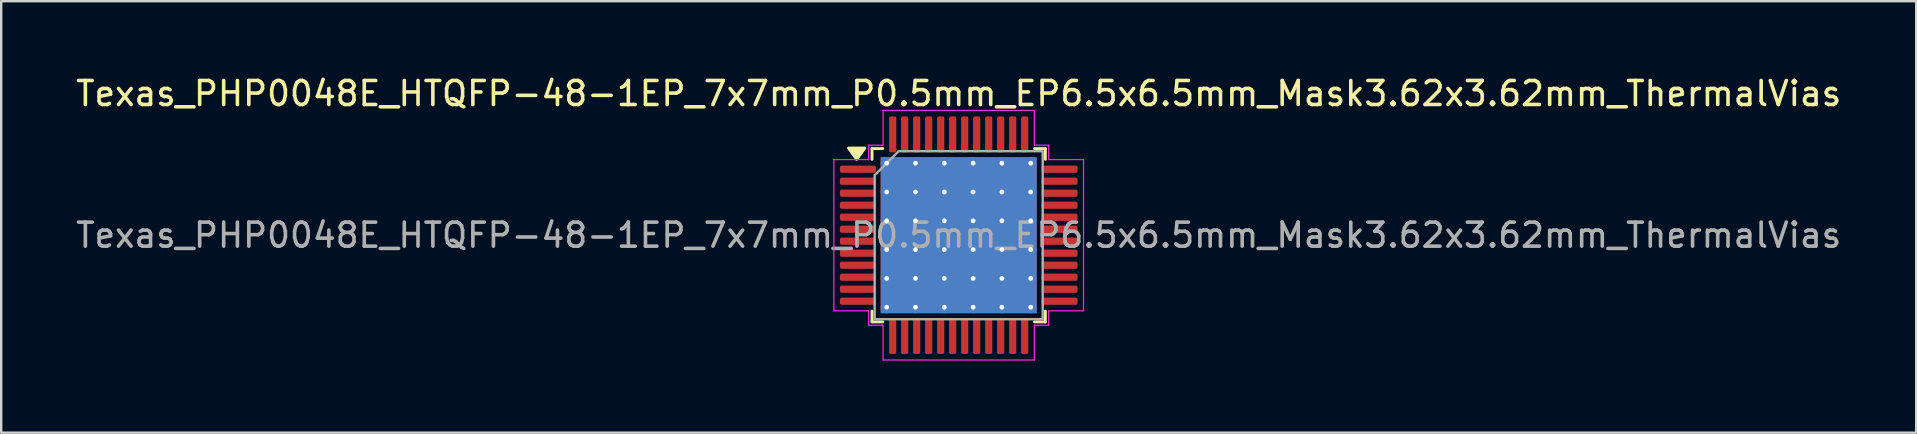
<source format=kicad_pcb>
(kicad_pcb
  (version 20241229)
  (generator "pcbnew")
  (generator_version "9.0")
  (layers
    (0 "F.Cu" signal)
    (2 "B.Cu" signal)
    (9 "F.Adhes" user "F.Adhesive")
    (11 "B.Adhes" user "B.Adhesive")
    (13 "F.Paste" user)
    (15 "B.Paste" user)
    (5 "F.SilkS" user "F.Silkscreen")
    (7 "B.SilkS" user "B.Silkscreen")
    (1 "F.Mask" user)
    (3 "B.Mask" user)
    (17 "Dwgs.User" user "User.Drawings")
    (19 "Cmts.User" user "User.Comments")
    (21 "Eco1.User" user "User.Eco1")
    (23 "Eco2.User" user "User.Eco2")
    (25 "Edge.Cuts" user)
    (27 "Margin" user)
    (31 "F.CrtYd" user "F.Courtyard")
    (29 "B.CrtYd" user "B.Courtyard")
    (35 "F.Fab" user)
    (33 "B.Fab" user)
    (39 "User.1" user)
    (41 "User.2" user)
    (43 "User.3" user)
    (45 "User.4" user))
  (footprint "Texas_PHP0048E_HTQFP-48-1EP_7x7mm_P0.5mm_EP6.5x6.5mm_Mask3.62x3.62mm_ThermalVias"
    (layer "F.Cu")
    (at 36.887 6.748)
    (property "Reference" "Texas_PHP0048E_HTQFP-48-1EP_7x7mm_P0.5mm_EP6.5x6.5mm_Mask3.62x3.62mm_ThermalVias" (at 0 -5.9 0) (layer "F.SilkS") (effects (font (size 1 1) (thickness 0.15))))
    (attr smd)
    (fp_line (start -3.61 -3.61) (end -3.16 -3.61) (stroke (width 0.12) (type solid)) (layer "F.SilkS"))
    (fp_line (start -3.61 -3.16) (end -3.61 -3.61) (stroke (width 0.12) (type solid)) (layer "F.SilkS"))
    (fp_line (start -3.61 3.61) (end -3.61 3.16) (stroke (width 0.12) (type solid)) (layer "F.SilkS"))
    (fp_line (start -3.16 3.61) (end -3.61 3.61) (stroke (width 0.12) (type solid)) (layer "F.SilkS"))
    (fp_line (start 3.16 -3.61) (end 3.61 -3.61) (stroke (width 0.12) (type solid)) (layer "F.SilkS"))
    (fp_line (start 3.61 -3.61) (end 3.61 -3.16) (stroke (width 0.12) (type solid)) (layer "F.SilkS"))
    (fp_line (start 3.61 3.16) (end 3.61 3.61) (stroke (width 0.12) (type solid)) (layer "F.SilkS"))
    (fp_line (start 3.61 3.61) (end 3.16 3.61) (stroke (width 0.12) (type solid)) (layer "F.SilkS"))
    (fp_poly (pts (xy -4.25 -3.16) (xy -4.59 -3.63) (xy -3.91 -3.63)) (stroke (width 0.12) (type solid)) (fill yes) (layer "F.SilkS"))
    (fp_line (start -5.2 -3.15) (end -3.75 -3.15) (stroke (width 0.05) (type solid)) (layer "F.CrtYd"))
    (fp_line (start -5.2 3.15) (end -5.2 -3.15) (stroke (width 0.05) (type solid)) (layer "F.CrtYd"))
    (fp_line (start -3.75 -3.75) (end -3.15 -3.75) (stroke (width 0.05) (type solid)) (layer "F.CrtYd"))
    (fp_line (start -3.75 -3.15) (end -3.75 -3.75) (stroke (width 0.05) (type solid)) (layer "F.CrtYd"))
    (fp_line (start -3.75 3.15) (end -5.2 3.15) (stroke (width 0.05) (type solid)) (layer "F.CrtYd"))
    (fp_line (start -3.75 3.75) (end -3.75 3.15) (stroke (width 0.05) (type solid)) (layer "F.CrtYd"))
    (fp_line (start -3.15 -5.2) (end 3.15 -5.2) (stroke (width 0.05) (type solid)) (layer "F.CrtYd"))
    (fp_line (start -3.15 -3.75) (end -3.15 -5.2) (stroke (width 0.05) (type solid)) (layer "F.CrtYd"))
    (fp_line (start -3.15 3.75) (end -3.75 3.75) (stroke (width 0.05) (type solid)) (layer "F.CrtYd"))
    (fp_line (start -3.15 5.2) (end -3.15 3.75) (stroke (width 0.05) (type solid)) (layer "F.CrtYd"))
    (fp_line (start 3.15 -5.2) (end 3.15 -3.75) (stroke (width 0.05) (type solid)) (layer "F.CrtYd"))
    (fp_line (start 3.15 -3.75) (end 3.75 -3.75) (stroke (width 0.05) (type solid)) (layer "F.CrtYd"))
    (fp_line (start 3.15 3.75) (end 3.15 5.2) (stroke (width 0.05) (type solid)) (layer "F.CrtYd"))
    (fp_line (start 3.15 5.2) (end -3.15 5.2) (stroke (width 0.05) (type solid)) (layer "F.CrtYd"))
    (fp_line (start 3.75 -3.75) (end 3.75 -3.15) (stroke (width 0.05) (type solid)) (layer "F.CrtYd"))
    (fp_line (start 3.75 -3.15) (end 5.2 -3.15) (stroke (width 0.05) (type solid)) (layer "F.CrtYd"))
    (fp_line (start 3.75 3.15) (end 3.75 3.75) (stroke (width 0.05) (type solid)) (layer "F.CrtYd"))
    (fp_line (start 3.75 3.75) (end 3.15 3.75) (stroke (width 0.05) (type solid)) (layer "F.CrtYd"))
    (fp_line (start 5.2 -3.15) (end 5.2 3.15) (stroke (width 0.05) (type solid)) (layer "F.CrtYd"))
    (fp_line (start 5.2 3.15) (end 3.75 3.15) (stroke (width 0.05) (type solid)) (layer "F.CrtYd"))
    (fp_poly (pts (xy -3.5 -2.5) (xy -3.5 3.5) (xy 3.5 3.5) (xy 3.5 -3.5) (xy -2.5 -3.5)) (stroke (width 0.1) (type solid)) (fill no) (layer "F.Fab"))
    (fp_text user "${REFERENCE}" (at 0 0 0) (layer "F.Fab") (effects (font (size 1 1) (thickness 0.15))))
    (pad "" smd rect (at 0 0) (size 3.62 3.62) (layers "F.Mask"))
    (pad "" smd roundrect (at 0 0) (size 3.62 3.62) (layers "F.Paste") (roundrect_rratio 0.069))
    (pad "1" smd roundrect (at -4.2 -2.75) (size 1.5 0.3) (layers "F.Cu" "F.Mask" "F.Paste") (roundrect_rratio 0.25))
    (pad "2" smd roundrect (at -4.2 -2.25) (size 1.5 0.3) (layers "F.Cu" "F.Mask" "F.Paste") (roundrect_rratio 0.25))
    (pad "3" smd roundrect (at -4.2 -1.75) (size 1.5 0.3) (layers "F.Cu" "F.Mask" "F.Paste") (roundrect_rratio 0.25))
    (pad "4" smd roundrect (at -4.2 -1.25) (size 1.5 0.3) (layers "F.Cu" "F.Mask" "F.Paste") (roundrect_rratio 0.25))
    (pad "5" smd roundrect (at -4.2 -0.75) (size 1.5 0.3) (layers "F.Cu" "F.Mask" "F.Paste") (roundrect_rratio 0.25))
    (pad "6" smd roundrect (at -4.2 -0.25) (size 1.5 0.3) (layers "F.Cu" "F.Mask" "F.Paste") (roundrect_rratio 0.25))
    (pad "7" smd roundrect (at -4.2 0.25) (size 1.5 0.3) (layers "F.Cu" "F.Mask" "F.Paste") (roundrect_rratio 0.25))
    (pad "8" smd roundrect (at -4.2 0.75) (size 1.5 0.3) (layers "F.Cu" "F.Mask" "F.Paste") (roundrect_rratio 0.25))
    (pad "9" smd roundrect (at -4.2 1.25) (size 1.5 0.3) (layers "F.Cu" "F.Mask" "F.Paste") (roundrect_rratio 0.25))
    (pad "10" smd roundrect (at -4.2 1.75) (size 1.5 0.3) (layers "F.Cu" "F.Mask" "F.Paste") (roundrect_rratio 0.25))
    (pad "11" smd roundrect (at -4.2 2.25) (size 1.5 0.3) (layers "F.Cu" "F.Mask" "F.Paste") (roundrect_rratio 0.25))
    (pad "12" smd roundrect (at -4.2 2.75) (size 1.5 0.3) (layers "F.Cu" "F.Mask" "F.Paste") (roundrect_rratio 0.25))
    (pad "13" smd roundrect (at -2.75 4.2) (size 0.3 1.5) (layers "F.Cu" "F.Mask" "F.Paste") (roundrect_rratio 0.25))
    (pad "14" smd roundrect (at -2.25 4.2) (size 0.3 1.5) (layers "F.Cu" "F.Mask" "F.Paste") (roundrect_rratio 0.25))
    (pad "15" smd roundrect (at -1.75 4.2) (size 0.3 1.5) (layers "F.Cu" "F.Mask" "F.Paste") (roundrect_rratio 0.25))
    (pad "16" smd roundrect (at -1.25 4.2) (size 0.3 1.5) (layers "F.Cu" "F.Mask" "F.Paste") (roundrect_rratio 0.25))
    (pad "17" smd roundrect (at -0.75 4.2) (size 0.3 1.5) (layers "F.Cu" "F.Mask" "F.Paste") (roundrect_rratio 0.25))
    (pad "18" smd roundrect (at -0.25 4.2) (size 0.3 1.5) (layers "F.Cu" "F.Mask" "F.Paste") (roundrect_rratio 0.25))
    (pad "19" smd roundrect (at 0.25 4.2) (size 0.3 1.5) (layers "F.Cu" "F.Mask" "F.Paste") (roundrect_rratio 0.25))
    (pad "20" smd roundrect (at 0.75 4.2) (size 0.3 1.5) (layers "F.Cu" "F.Mask" "F.Paste") (roundrect_rratio 0.25))
    (pad "21" smd roundrect (at 1.25 4.2) (size 0.3 1.5) (layers "F.Cu" "F.Mask" "F.Paste") (roundrect_rratio 0.25))
    (pad "22" smd roundrect (at 1.75 4.2) (size 0.3 1.5) (layers "F.Cu" "F.Mask" "F.Paste") (roundrect_rratio 0.25))
    (pad "23" smd roundrect (at 2.25 4.2) (size 0.3 1.5) (layers "F.Cu" "F.Mask" "F.Paste") (roundrect_rratio 0.25))
    (pad "24" smd roundrect (at 2.75 4.2) (size 0.3 1.5) (layers "F.Cu" "F.Mask" "F.Paste") (roundrect_rratio 0.25))
    (pad "25" smd roundrect (at 4.2 2.75) (size 1.5 0.3) (layers "F.Cu" "F.Mask" "F.Paste") (roundrect_rratio 0.25))
    (pad "26" smd roundrect (at 4.2 2.25) (size 1.5 0.3) (layers "F.Cu" "F.Mask" "F.Paste") (roundrect_rratio 0.25))
    (pad "27" smd roundrect (at 4.2 1.75) (size 1.5 0.3) (layers "F.Cu" "F.Mask" "F.Paste") (roundrect_rratio 0.25))
    (pad "28" smd roundrect (at 4.2 1.25) (size 1.5 0.3) (layers "F.Cu" "F.Mask" "F.Paste") (roundrect_rratio 0.25))
    (pad "29" smd roundrect (at 4.2 0.75) (size 1.5 0.3) (layers "F.Cu" "F.Mask" "F.Paste") (roundrect_rratio 0.25))
    (pad "30" smd roundrect (at 4.2 0.25) (size 1.5 0.3) (layers "F.Cu" "F.Mask" "F.Paste") (roundrect_rratio 0.25))
    (pad "31" smd roundrect (at 4.2 -0.25) (size 1.5 0.3) (layers "F.Cu" "F.Mask" "F.Paste") (roundrect_rratio 0.25))
    (pad "32" smd roundrect (at 4.2 -0.75) (size 1.5 0.3) (layers "F.Cu" "F.Mask" "F.Paste") (roundrect_rratio 0.25))
    (pad "33" smd roundrect (at 4.2 -1.25) (size 1.5 0.3) (layers "F.Cu" "F.Mask" "F.Paste") (roundrect_rratio 0.25))
    (pad "34" smd roundrect (at 4.2 -1.75) (size 1.5 0.3) (layers "F.Cu" "F.Mask" "F.Paste") (roundrect_rratio 0.25))
    (pad "35" smd roundrect (at 4.2 -2.25) (size 1.5 0.3) (layers "F.Cu" "F.Mask" "F.Paste") (roundrect_rratio 0.25))
    (pad "36" smd roundrect (at 4.2 -2.75) (size 1.5 0.3) (layers "F.Cu" "F.Mask" "F.Paste") (roundrect_rratio 0.25))
    (pad "37" smd roundrect (at 2.75 -4.2) (size 0.3 1.5) (layers "F.Cu" "F.Mask" "F.Paste") (roundrect_rratio 0.25))
    (pad "38" smd roundrect (at 2.25 -4.2) (size 0.3 1.5) (layers "F.Cu" "F.Mask" "F.Paste") (roundrect_rratio 0.25))
    (pad "39" smd roundrect (at 1.75 -4.2) (size 0.3 1.5) (layers "F.Cu" "F.Mask" "F.Paste") (roundrect_rratio 0.25))
    (pad "40" smd roundrect (at 1.25 -4.2) (size 0.3 1.5) (layers "F.Cu" "F.Mask" "F.Paste") (roundrect_rratio 0.25))
    (pad "41" smd roundrect (at 0.75 -4.2) (size 0.3 1.5) (layers "F.Cu" "F.Mask" "F.Paste") (roundrect_rratio 0.25))
    (pad "42" smd roundrect (at 0.25 -4.2) (size 0.3 1.5) (layers "F.Cu" "F.Mask" "F.Paste") (roundrect_rratio 0.25))
    (pad "43" smd roundrect (at -0.25 -4.2) (size 0.3 1.5) (layers "F.Cu" "F.Mask" "F.Paste") (roundrect_rratio 0.25))
    (pad "44" smd roundrect (at -0.75 -4.2) (size 0.3 1.5) (layers "F.Cu" "F.Mask" "F.Paste") (roundrect_rratio 0.25))
    (pad "45" smd roundrect (at -1.25 -4.2) (size 0.3 1.5) (layers "F.Cu" "F.Mask" "F.Paste") (roundrect_rratio 0.25))
    (pad "46" smd roundrect (at -1.75 -4.2) (size 0.3 1.5) (layers "F.Cu" "F.Mask" "F.Paste") (roundrect_rratio 0.25))
    (pad "47" smd roundrect (at -2.25 -4.2) (size 0.3 1.5) (layers "F.Cu" "F.Mask" "F.Paste") (roundrect_rratio 0.25))
    (pad "48" smd roundrect (at -2.75 -4.2) (size 0.3 1.5) (layers "F.Cu" "F.Mask" "F.Paste") (roundrect_rratio 0.25))
    (pad "49" thru_hole circle (at -3 -3) (size 0.5 0.5) (drill 0.2) (property pad_prop_heatsink) (layers "*.Cu"))
    (pad "49" thru_hole circle (at -3 -1.8) (size 0.5 0.5) (drill 0.2) (property pad_prop_heatsink) (layers "*.Cu"))
    (pad "49" thru_hole circle (at -3 -0.6) (size 0.5 0.5) (drill 0.2) (property pad_prop_heatsink) (layers "*.Cu"))
    (pad "49" thru_hole circle (at -3 0.6) (size 0.5 0.5) (drill 0.2) (property pad_prop_heatsink) (layers "*.Cu"))
    (pad "49" thru_hole circle (at -3 1.8) (size 0.5 0.5) (drill 0.2) (property pad_prop_heatsink) (layers "*.Cu"))
    (pad "49" thru_hole circle (at -3 3) (size 0.5 0.5) (drill 0.2) (property pad_prop_heatsink) (layers "*.Cu"))
    (pad "49" thru_hole circle (at -1.8 -3) (size 0.5 0.5) (drill 0.2) (property pad_prop_heatsink) (layers "*.Cu"))
    (pad "49" thru_hole circle (at -1.8 -1.8) (size 0.5 0.5) (drill 0.2) (property pad_prop_heatsink) (layers "*.Cu"))
    (pad "49" thru_hole circle (at -1.8 -0.6) (size 0.5 0.5) (drill 0.2) (property pad_prop_heatsink) (layers "*.Cu"))
    (pad "49" thru_hole circle (at -1.8 0.6) (size 0.5 0.5) (drill 0.2) (property pad_prop_heatsink) (layers "*.Cu"))
    (pad "49" thru_hole circle (at -1.8 1.8) (size 0.5 0.5) (drill 0.2) (property pad_prop_heatsink) (layers "*.Cu"))
    (pad "49" thru_hole circle (at -1.8 3) (size 0.5 0.5) (drill 0.2) (property pad_prop_heatsink) (layers "*.Cu"))
    (pad "49" thru_hole circle (at -0.6 -3) (size 0.5 0.5) (drill 0.2) (property pad_prop_heatsink) (layers "*.Cu"))
    (pad "49" thru_hole circle (at -0.6 -1.8) (size 0.5 0.5) (drill 0.2) (property pad_prop_heatsink) (layers "*.Cu"))
    (pad "49" thru_hole circle (at -0.6 -0.6) (size 0.5 0.5) (drill 0.2) (property pad_prop_heatsink) (layers "*.Cu"))
    (pad "49" thru_hole circle (at -0.6 0.6) (size 0.5 0.5) (drill 0.2) (property pad_prop_heatsink) (layers "*.Cu"))
    (pad "49" thru_hole circle (at -0.6 1.8) (size 0.5 0.5) (drill 0.2) (property pad_prop_heatsink) (layers "*.Cu"))
    (pad "49" thru_hole circle (at -0.6 3) (size 0.5 0.5) (drill 0.2) (property pad_prop_heatsink) (layers "*.Cu"))
    (pad "49" smd rect (at 0 0) (size 6.5 6.5) (property pad_prop_heatsink) (layers "F.Cu"))
    (pad "49" smd rect (at 0 0) (size 6.5 6.5) (property pad_prop_heatsink) (layers "B.Cu"))
    (pad "49" thru_hole circle (at 0.6 -3) (size 0.5 0.5) (drill 0.2) (property pad_prop_heatsink) (layers "*.Cu"))
    (pad "49" thru_hole circle (at 0.6 -1.8) (size 0.5 0.5) (drill 0.2) (property pad_prop_heatsink) (layers "*.Cu"))
    (pad "49" thru_hole circle (at 0.6 -0.6) (size 0.5 0.5) (drill 0.2) (property pad_prop_heatsink) (layers "*.Cu"))
    (pad "49" thru_hole circle (at 0.6 0.6) (size 0.5 0.5) (drill 0.2) (property pad_prop_heatsink) (layers "*.Cu"))
    (pad "49" thru_hole circle (at 0.6 1.8) (size 0.5 0.5) (drill 0.2) (property pad_prop_heatsink) (layers "*.Cu"))
    (pad "49" thru_hole circle (at 0.6 3) (size 0.5 0.5) (drill 0.2) (property pad_prop_heatsink) (layers "*.Cu"))
    (pad "49" thru_hole circle (at 1.8 -3) (size 0.5 0.5) (drill 0.2) (property pad_prop_heatsink) (layers "*.Cu"))
    (pad "49" thru_hole circle (at 1.8 -1.8) (size 0.5 0.5) (drill 0.2) (property pad_prop_heatsink) (layers "*.Cu"))
    (pad "49" thru_hole circle (at 1.8 -0.6) (size 0.5 0.5) (drill 0.2) (property pad_prop_heatsink) (layers "*.Cu"))
    (pad "49" thru_hole circle (at 1.8 0.6) (size 0.5 0.5) (drill 0.2) (property pad_prop_heatsink) (layers "*.Cu"))
    (pad "49" thru_hole circle (at 1.8 1.8) (size 0.5 0.5) (drill 0.2) (property pad_prop_heatsink) (layers "*.Cu"))
    (pad "49" thru_hole circle (at 1.8 3) (size 0.5 0.5) (drill 0.2) (property pad_prop_heatsink) (layers "*.Cu"))
    (pad "49" thru_hole circle (at 3 -3) (size 0.5 0.5) (drill 0.2) (property pad_prop_heatsink) (layers "*.Cu"))
    (pad "49" thru_hole circle (at 3 -1.8) (size 0.5 0.5) (drill 0.2) (property pad_prop_heatsink) (layers "*.Cu"))
    (pad "49" thru_hole circle (at 3 -0.6) (size 0.5 0.5) (drill 0.2) (property pad_prop_heatsink) (layers "*.Cu"))
    (pad "49" thru_hole circle (at 3 0.6) (size 0.5 0.5) (drill 0.2) (property pad_prop_heatsink) (layers "*.Cu"))
    (pad "49" thru_hole circle (at 3 1.8) (size 0.5 0.5) (drill 0.2) (property pad_prop_heatsink) (layers "*.Cu"))
    (pad "49" thru_hole circle (at 3 3) (size 0.5 0.5) (drill 0.2) (property pad_prop_heatsink) (layers "*.Cu")))
  (gr_rect
    (start -3 -3)
    (end 76.774 14.973)
    (stroke (width 0.1) (type default))
    (fill no)
    (layer "Edge.Cuts")))
</source>
